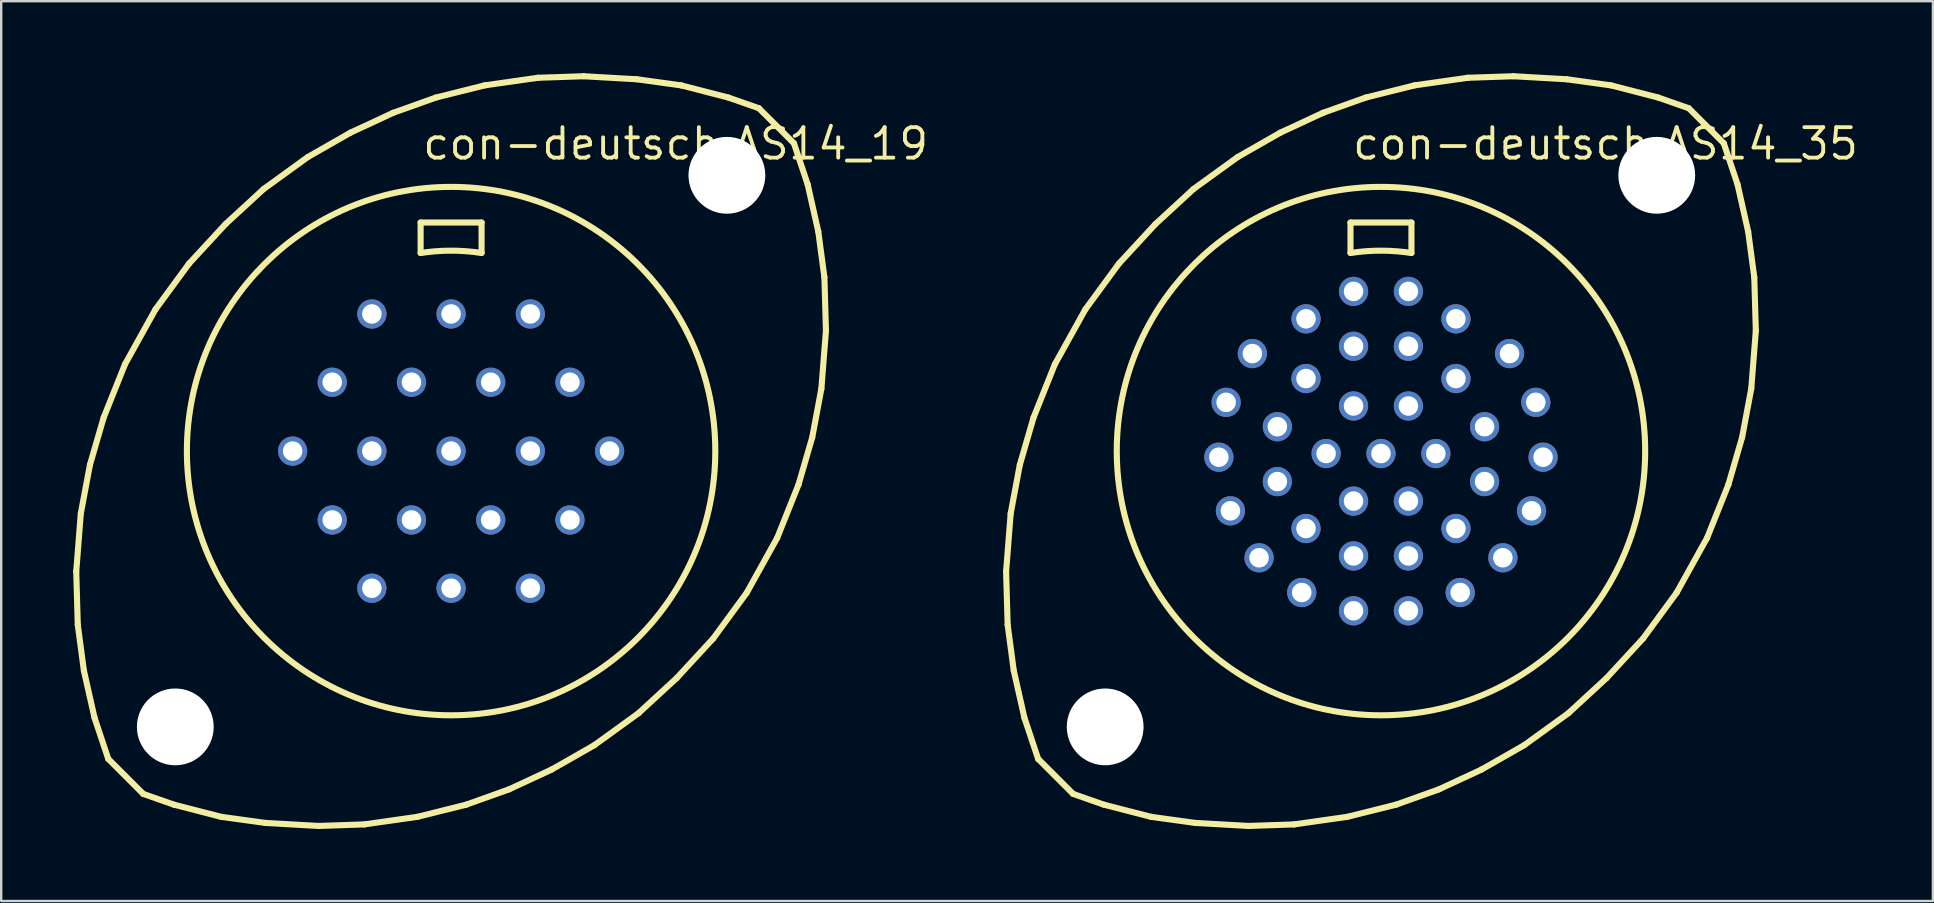
<source format=kicad_pcb>
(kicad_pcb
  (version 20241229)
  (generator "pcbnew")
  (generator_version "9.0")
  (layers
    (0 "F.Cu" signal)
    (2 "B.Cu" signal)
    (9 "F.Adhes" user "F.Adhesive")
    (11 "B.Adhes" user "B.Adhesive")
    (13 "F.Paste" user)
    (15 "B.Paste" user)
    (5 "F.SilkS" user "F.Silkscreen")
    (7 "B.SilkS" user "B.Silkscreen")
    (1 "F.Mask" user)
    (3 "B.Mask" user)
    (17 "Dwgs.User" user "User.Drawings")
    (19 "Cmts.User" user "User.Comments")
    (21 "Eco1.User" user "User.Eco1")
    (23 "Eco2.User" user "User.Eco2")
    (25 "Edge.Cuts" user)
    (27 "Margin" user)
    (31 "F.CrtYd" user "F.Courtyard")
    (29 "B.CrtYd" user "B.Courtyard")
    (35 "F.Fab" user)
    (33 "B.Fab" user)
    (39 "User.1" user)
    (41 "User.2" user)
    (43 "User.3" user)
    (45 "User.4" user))
  (footprint "con-deutsch.AS14_35"
    (layer "F.Cu")
    (at 54.498 15.748)
    (property "Reference" "con-deutsch.AS14_35" (at -1.27 -12.065 0) (layer "F.SilkS") (effects (font (size 1.27 1.27) (thickness 0.16)) (justify left bottom)))
    (attr through_hole)
    (fp_line (start -15.621 5.016) (end -15.431 2.603) (stroke (width 0.254) (type default)) (layer "F.SilkS"))
    (fp_line (start -15.557 7.239) (end -15.621 5.016) (stroke (width 0.254) (type default)) (layer "F.SilkS"))
    (fp_line (start -15.431 2.603) (end -15.05 0.572) (stroke (width 0.254) (type default)) (layer "F.SilkS"))
    (fp_line (start -15.303 9.144) (end -15.557 7.239) (stroke (width 0.254) (type default)) (layer "F.SilkS"))
    (fp_line (start -15.05 0.572) (end -14.478 -1.397) (stroke (width 0.254) (type default)) (layer "F.SilkS"))
    (fp_line (start -14.859 11.113) (end -15.303 9.144) (stroke (width 0.254) (type default)) (layer "F.SilkS"))
    (fp_line (start -14.478 -1.397) (end -13.589 -3.619) (stroke (width 0.254) (type default)) (layer "F.SilkS"))
    (fp_line (start -14.287 12.827) (end -14.859 11.113) (stroke (width 0.254) (type default)) (layer "F.SilkS"))
    (fp_line (start -14.287 12.827) (end -12.827 14.287) (stroke (width 0.254) (type default)) (layer "F.SilkS"))
    (fp_line (start -13.589 -3.619) (end -12.319 -5.905) (stroke (width 0.254) (type default)) (layer "F.SilkS"))
    (fp_line (start -12.319 -5.905) (end -10.922 -7.811) (stroke (width 0.254) (type default)) (layer "F.SilkS"))
    (fp_line (start -11.557 14.732) (end -12.827 14.287) (stroke (width 0.254) (type default)) (layer "F.SilkS"))
    (fp_line (start -10.922 -7.811) (end -9.398 -9.461) (stroke (width 0.254) (type default)) (layer "F.SilkS"))
    (fp_line (start -9.588 15.24) (end -11.557 14.732) (stroke (width 0.254) (type default)) (layer "F.SilkS"))
    (fp_line (start -9.398 -9.461) (end -7.811 -10.922) (stroke (width 0.254) (type default)) (layer "F.SilkS"))
    (fp_line (start -7.811 -10.922) (end -5.969 -12.255) (stroke (width 0.254) (type default)) (layer "F.SilkS"))
    (fp_line (start -7.747 15.494) (end -9.588 15.24) (stroke (width 0.254) (type default)) (layer "F.SilkS"))
    (fp_line (start -5.969 -12.255) (end -4.191 -13.271) (stroke (width 0.254) (type default)) (layer "F.SilkS"))
    (fp_line (start -5.524 15.621) (end -7.747 15.494) (stroke (width 0.254) (type default)) (layer "F.SilkS"))
    (fp_line (start -4.191 -13.271) (end -2.413 -14.097) (stroke (width 0.254) (type default)) (layer "F.SilkS"))
    (fp_line (start -3.619 15.557) (end -5.524 15.621) (stroke (width 0.254) (type default)) (layer "F.SilkS"))
    (fp_line (start -2.413 -14.097) (end -0.635 -14.732) (stroke (width 0.254) (type default)) (layer "F.SilkS"))
    (fp_line (start -1.397 15.24) (end -3.619 15.557) (stroke (width 0.254) (type default)) (layer "F.SilkS"))
    (fp_line (start -1.27 -9.525) (end 1.27 -9.525) (stroke (width 0.254) (type default)) (layer "F.SilkS"))
    (fp_line (start -1.27 -8.255) (end -1.27 -9.525) (stroke (width 0.254) (type default)) (layer "F.SilkS"))
    (fp_line (start -0.635 -14.732) (end 1.397 -15.24) (stroke (width 0.254) (type default)) (layer "F.SilkS"))
    (fp_line (start 0.635 14.732) (end -1.397 15.24) (stroke (width 0.254) (type default)) (layer "F.SilkS"))
    (fp_line (start 1.27 -9.525) (end 1.27 -8.255) (stroke (width 0.254) (type default)) (layer "F.SilkS"))
    (fp_line (start 1.397 -15.24) (end 3.619 -15.557) (stroke (width 0.254) (type default)) (layer "F.SilkS"))
    (fp_line (start 2.413 14.097) (end 0.635 14.732) (stroke (width 0.254) (type default)) (layer "F.SilkS"))
    (fp_line (start 3.619 -15.557) (end 5.524 -15.621) (stroke (width 0.254) (type default)) (layer "F.SilkS"))
    (fp_line (start 4.191 13.271) (end 2.413 14.097) (stroke (width 0.254) (type default)) (layer "F.SilkS"))
    (fp_line (start 5.524 -15.621) (end 7.747 -15.494) (stroke (width 0.254) (type default)) (layer "F.SilkS"))
    (fp_line (start 5.969 12.255) (end 4.191 13.271) (stroke (width 0.254) (type default)) (layer "F.SilkS"))
    (fp_line (start 7.747 -15.494) (end 9.588 -15.24) (stroke (width 0.254) (type default)) (layer "F.SilkS"))
    (fp_line (start 7.811 10.922) (end 5.969 12.255) (stroke (width 0.254) (type default)) (layer "F.SilkS"))
    (fp_line (start 9.398 9.461) (end 7.811 10.922) (stroke (width 0.254) (type default)) (layer "F.SilkS"))
    (fp_line (start 9.588 -15.24) (end 11.557 -14.732) (stroke (width 0.254) (type default)) (layer "F.SilkS"))
    (fp_line (start 10.922 7.811) (end 9.398 9.461) (stroke (width 0.254) (type default)) (layer "F.SilkS"))
    (fp_line (start 11.557 -14.732) (end 12.827 -14.287) (stroke (width 0.254) (type default)) (layer "F.SilkS"))
    (fp_line (start 12.319 5.905) (end 10.922 7.811) (stroke (width 0.254) (type default)) (layer "F.SilkS"))
    (fp_line (start 12.827 -14.287) (end 14.287 -12.827) (stroke (width 0.254) (type default)) (layer "F.SilkS"))
    (fp_line (start 13.589 3.619) (end 12.319 5.905) (stroke (width 0.254) (type default)) (layer "F.SilkS"))
    (fp_line (start 14.287 -12.827) (end 14.859 -11.113) (stroke (width 0.254) (type default)) (layer "F.SilkS"))
    (fp_line (start 14.478 1.397) (end 13.589 3.619) (stroke (width 0.254) (type default)) (layer "F.SilkS"))
    (fp_line (start 14.859 -11.113) (end 15.303 -9.144) (stroke (width 0.254) (type default)) (layer "F.SilkS"))
    (fp_line (start 15.05 -0.572) (end 14.478 1.397) (stroke (width 0.254) (type default)) (layer "F.SilkS"))
    (fp_line (start 15.303 -9.144) (end 15.557 -7.239) (stroke (width 0.254) (type default)) (layer "F.SilkS"))
    (fp_line (start 15.431 -2.603) (end 15.05 -0.572) (stroke (width 0.254) (type default)) (layer "F.SilkS"))
    (fp_line (start 15.557 -7.239) (end 15.621 -5.016) (stroke (width 0.254) (type default)) (layer "F.SilkS"))
    (fp_line (start 15.621 -5.016) (end 15.431 -2.603) (stroke (width 0.254) (type default)) (layer "F.SilkS"))
    (fp_arc (start -1.27 -8.255) (mid 0 -8.352121) (end 1.27 -8.255) (stroke (width 0.254) (type default)) (layer "F.SilkS"))
    (fp_circle (center 0 0) (end 11.01 0) (stroke (width 0.254) (type default)) (fill no) (layer "F.SilkS"))
    (pad "" np_thru_hole circle (at -11.493 11.493) (size 3.2 3.2) (drill 3.2) (layers "*.Cu" "*.Mask"))
    (pad "" np_thru_hole circle (at 11.493 -11.493) (size 3.2 3.2) (drill 3.2) (layers "*.Cu" "*.Mask"))
    (pad "1" thru_hole circle (at 1.143 -6.655) (size 1.219 1.219) (drill 0.813) (layers "*.Cu" "*.Mask"))
    (pad "2" thru_hole circle (at 3.124 -5.512) (size 1.219 1.219) (drill 0.813) (layers "*.Cu" "*.Mask"))
    (pad "3" thru_hole circle (at 5.359 -4.064) (size 1.219 1.219) (drill 0.813) (layers "*.Cu" "*.Mask"))
    (pad "4" thru_hole circle (at 6.452 -2.032) (size 1.219 1.219) (drill 0.813) (layers "*.Cu" "*.Mask"))
    (pad "5" thru_hole circle (at 6.756 0.254) (size 1.219 1.219) (drill 0.813) (layers "*.Cu" "*.Mask"))
    (pad "6" thru_hole circle (at 6.274 2.489) (size 1.219 1.219) (drill 0.813) (layers "*.Cu" "*.Mask"))
    (pad "7" thru_hole circle (at 5.08 4.445) (size 1.219 1.219) (drill 0.813) (layers "*.Cu" "*.Mask"))
    (pad "8" thru_hole circle (at 3.302 5.893) (size 1.219 1.219) (drill 0.813) (layers "*.Cu" "*.Mask"))
    (pad "9" thru_hole circle (at 1.143 6.655) (size 1.219 1.219) (drill 0.813) (layers "*.Cu" "*.Mask"))
    (pad "10" thru_hole circle (at -1.143 6.655) (size 1.219 1.219) (drill 0.813) (layers "*.Cu" "*.Mask"))
    (pad "11" thru_hole circle (at -3.302 5.893) (size 1.219 1.219) (drill 0.813) (layers "*.Cu" "*.Mask"))
    (pad "12" thru_hole circle (at -5.08 4.445) (size 1.219 1.219) (drill 0.813) (layers "*.Cu" "*.Mask"))
    (pad "13" thru_hole circle (at -6.274 2.489) (size 1.219 1.219) (drill 0.813) (layers "*.Cu" "*.Mask"))
    (pad "14" thru_hole circle (at -6.756 0.254) (size 1.219 1.219) (drill 0.813) (layers "*.Cu" "*.Mask"))
    (pad "15" thru_hole circle (at -6.452 -2.032) (size 1.219 1.219) (drill 0.813) (layers "*.Cu" "*.Mask"))
    (pad "16" thru_hole circle (at -5.359 -4.064) (size 1.219 1.219) (drill 0.813) (layers "*.Cu" "*.Mask"))
    (pad "17" thru_hole circle (at -3.124 -5.512) (size 1.219 1.219) (drill 0.813) (layers "*.Cu" "*.Mask"))
    (pad "18" thru_hole circle (at -1.143 -6.655) (size 1.219 1.219) (drill 0.813) (layers "*.Cu" "*.Mask"))
    (pad "19" thru_hole circle (at 1.143 -4.369) (size 1.219 1.219) (drill 0.813) (layers "*.Cu" "*.Mask"))
    (pad "20" thru_hole circle (at 3.124 -3.023) (size 1.219 1.219) (drill 0.813) (layers "*.Cu" "*.Mask"))
    (pad "21" thru_hole circle (at 4.318 -1.016) (size 1.219 1.219) (drill 0.813) (layers "*.Cu" "*.Mask"))
    (pad "22" thru_hole circle (at 4.318 1.27) (size 1.219 1.219) (drill 0.813) (layers "*.Cu" "*.Mask"))
    (pad "23" thru_hole circle (at 3.124 3.226) (size 1.219 1.219) (drill 0.813) (layers "*.Cu" "*.Mask"))
    (pad "24" thru_hole circle (at 1.143 4.369) (size 1.219 1.219) (drill 0.813) (layers "*.Cu" "*.Mask"))
    (pad "25" thru_hole circle (at -1.143 4.369) (size 1.219 1.219) (drill 0.813) (layers "*.Cu" "*.Mask"))
    (pad "26" thru_hole circle (at -3.124 3.226) (size 1.219 1.219) (drill 0.813) (layers "*.Cu" "*.Mask"))
    (pad "27" thru_hole circle (at -4.318 1.27) (size 1.219 1.219) (drill 0.813) (layers "*.Cu" "*.Mask"))
    (pad "28" thru_hole circle (at -4.318 -1.016) (size 1.219 1.219) (drill 0.813) (layers "*.Cu" "*.Mask"))
    (pad "29" thru_hole circle (at -3.124 -3.023) (size 1.219 1.219) (drill 0.813) (layers "*.Cu" "*.Mask"))
    (pad "30" thru_hole circle (at -1.143 -4.369) (size 1.219 1.219) (drill 0.813) (layers "*.Cu" "*.Mask"))
    (pad "31" thru_hole circle (at 1.143 -1.88) (size 1.219 1.219) (drill 0.813) (layers "*.Cu" "*.Mask"))
    (pad "32" thru_hole circle (at 2.286 0.102) (size 1.219 1.219) (drill 0.813) (layers "*.Cu" "*.Mask"))
    (pad "33" thru_hole circle (at 1.143 2.083) (size 1.219 1.219) (drill 0.813) (layers "*.Cu" "*.Mask"))
    (pad "34" thru_hole circle (at -1.143 2.083) (size 1.219 1.219) (drill 0.813) (layers "*.Cu" "*.Mask"))
    (pad "35" thru_hole circle (at -2.286 0.102) (size 1.219 1.219) (drill 0.813) (layers "*.Cu" "*.Mask"))
    (pad "36" thru_hole circle (at -1.143 -1.88) (size 1.219 1.219) (drill 0.813) (layers "*.Cu" "*.Mask"))
    (pad "37" thru_hole circle (at 0 0.102) (size 1.219 1.219) (drill 0.813) (layers "*.Cu" "*.Mask")))
  (footprint "con-deutsch.AS14_19"
    (layer "F.Cu")
    (at 15.748 15.748)
    (property "Reference" "con-deutsch.AS14_19" (at -1.27 -12.065 0) (layer "F.SilkS") (effects (font (size 1.27 1.27) (thickness 0.16)) (justify left bottom)))
    (attr through_hole)
    (fp_line (start -15.621 5.016) (end -15.431 2.603) (stroke (width 0.254) (type default)) (layer "F.SilkS"))
    (fp_line (start -15.557 7.239) (end -15.621 5.016) (stroke (width 0.254) (type default)) (layer "F.SilkS"))
    (fp_line (start -15.431 2.603) (end -15.05 0.572) (stroke (width 0.254) (type default)) (layer "F.SilkS"))
    (fp_line (start -15.303 9.144) (end -15.557 7.239) (stroke (width 0.254) (type default)) (layer "F.SilkS"))
    (fp_line (start -15.05 0.572) (end -14.478 -1.397) (stroke (width 0.254) (type default)) (layer "F.SilkS"))
    (fp_line (start -14.859 11.113) (end -15.303 9.144) (stroke (width 0.254) (type default)) (layer "F.SilkS"))
    (fp_line (start -14.478 -1.397) (end -13.589 -3.619) (stroke (width 0.254) (type default)) (layer "F.SilkS"))
    (fp_line (start -14.287 12.827) (end -14.859 11.113) (stroke (width 0.254) (type default)) (layer "F.SilkS"))
    (fp_line (start -14.287 12.827) (end -12.827 14.287) (stroke (width 0.254) (type default)) (layer "F.SilkS"))
    (fp_line (start -13.589 -3.619) (end -12.319 -5.905) (stroke (width 0.254) (type default)) (layer "F.SilkS"))
    (fp_line (start -12.319 -5.905) (end -10.922 -7.811) (stroke (width 0.254) (type default)) (layer "F.SilkS"))
    (fp_line (start -11.557 14.732) (end -12.827 14.287) (stroke (width 0.254) (type default)) (layer "F.SilkS"))
    (fp_line (start -10.922 -7.811) (end -9.398 -9.461) (stroke (width 0.254) (type default)) (layer "F.SilkS"))
    (fp_line (start -9.588 15.24) (end -11.557 14.732) (stroke (width 0.254) (type default)) (layer "F.SilkS"))
    (fp_line (start -9.398 -9.461) (end -7.811 -10.922) (stroke (width 0.254) (type default)) (layer "F.SilkS"))
    (fp_line (start -7.811 -10.922) (end -5.969 -12.255) (stroke (width 0.254) (type default)) (layer "F.SilkS"))
    (fp_line (start -7.747 15.494) (end -9.588 15.24) (stroke (width 0.254) (type default)) (layer "F.SilkS"))
    (fp_line (start -5.969 -12.255) (end -4.191 -13.271) (stroke (width 0.254) (type default)) (layer "F.SilkS"))
    (fp_line (start -5.524 15.621) (end -7.747 15.494) (stroke (width 0.254) (type default)) (layer "F.SilkS"))
    (fp_line (start -4.191 -13.271) (end -2.413 -14.097) (stroke (width 0.254) (type default)) (layer "F.SilkS"))
    (fp_line (start -3.619 15.557) (end -5.524 15.621) (stroke (width 0.254) (type default)) (layer "F.SilkS"))
    (fp_line (start -2.413 -14.097) (end -0.635 -14.732) (stroke (width 0.254) (type default)) (layer "F.SilkS"))
    (fp_line (start -1.397 15.24) (end -3.619 15.557) (stroke (width 0.254) (type default)) (layer "F.SilkS"))
    (fp_line (start -1.27 -9.525) (end 1.27 -9.525) (stroke (width 0.254) (type default)) (layer "F.SilkS"))
    (fp_line (start -1.27 -8.255) (end -1.27 -9.525) (stroke (width 0.254) (type default)) (layer "F.SilkS"))
    (fp_line (start -0.635 -14.732) (end 1.397 -15.24) (stroke (width 0.254) (type default)) (layer "F.SilkS"))
    (fp_line (start 0.635 14.732) (end -1.397 15.24) (stroke (width 0.254) (type default)) (layer "F.SilkS"))
    (fp_line (start 1.27 -9.525) (end 1.27 -8.255) (stroke (width 0.254) (type default)) (layer "F.SilkS"))
    (fp_line (start 1.397 -15.24) (end 3.619 -15.557) (stroke (width 0.254) (type default)) (layer "F.SilkS"))
    (fp_line (start 2.413 14.097) (end 0.635 14.732) (stroke (width 0.254) (type default)) (layer "F.SilkS"))
    (fp_line (start 3.619 -15.557) (end 5.524 -15.621) (stroke (width 0.254) (type default)) (layer "F.SilkS"))
    (fp_line (start 4.191 13.271) (end 2.413 14.097) (stroke (width 0.254) (type default)) (layer "F.SilkS"))
    (fp_line (start 5.524 -15.621) (end 7.747 -15.494) (stroke (width 0.254) (type default)) (layer "F.SilkS"))
    (fp_line (start 5.969 12.255) (end 4.191 13.271) (stroke (width 0.254) (type default)) (layer "F.SilkS"))
    (fp_line (start 7.747 -15.494) (end 9.588 -15.24) (stroke (width 0.254) (type default)) (layer "F.SilkS"))
    (fp_line (start 7.811 10.922) (end 5.969 12.255) (stroke (width 0.254) (type default)) (layer "F.SilkS"))
    (fp_line (start 9.398 9.461) (end 7.811 10.922) (stroke (width 0.254) (type default)) (layer "F.SilkS"))
    (fp_line (start 9.588 -15.24) (end 11.557 -14.732) (stroke (width 0.254) (type default)) (layer "F.SilkS"))
    (fp_line (start 10.922 7.811) (end 9.398 9.461) (stroke (width 0.254) (type default)) (layer "F.SilkS"))
    (fp_line (start 11.557 -14.732) (end 12.827 -14.287) (stroke (width 0.254) (type default)) (layer "F.SilkS"))
    (fp_line (start 12.319 5.905) (end 10.922 7.811) (stroke (width 0.254) (type default)) (layer "F.SilkS"))
    (fp_line (start 12.827 -14.287) (end 14.287 -12.827) (stroke (width 0.254) (type default)) (layer "F.SilkS"))
    (fp_line (start 13.589 3.619) (end 12.319 5.905) (stroke (width 0.254) (type default)) (layer "F.SilkS"))
    (fp_line (start 14.287 -12.827) (end 14.859 -11.113) (stroke (width 0.254) (type default)) (layer "F.SilkS"))
    (fp_line (start 14.478 1.397) (end 13.589 3.619) (stroke (width 0.254) (type default)) (layer "F.SilkS"))
    (fp_line (start 14.859 -11.113) (end 15.303 -9.144) (stroke (width 0.254) (type default)) (layer "F.SilkS"))
    (fp_line (start 15.05 -0.572) (end 14.478 1.397) (stroke (width 0.254) (type default)) (layer "F.SilkS"))
    (fp_line (start 15.303 -9.144) (end 15.557 -7.239) (stroke (width 0.254) (type default)) (layer "F.SilkS"))
    (fp_line (start 15.431 -2.603) (end 15.05 -0.572) (stroke (width 0.254) (type default)) (layer "F.SilkS"))
    (fp_line (start 15.557 -7.239) (end 15.621 -5.016) (stroke (width 0.254) (type default)) (layer "F.SilkS"))
    (fp_line (start 15.621 -5.016) (end 15.431 -2.603) (stroke (width 0.254) (type default)) (layer "F.SilkS"))
    (fp_arc (start -1.27 -8.255) (mid 0 -8.352121) (end 1.27 -8.255) (stroke (width 0.254) (type default)) (layer "F.SilkS"))
    (fp_circle (center 0 0) (end 11.01 0) (stroke (width 0.254) (type default)) (fill no) (layer "F.SilkS"))
    (pad "" np_thru_hole circle (at -11.493 11.493) (size 3.2 3.2) (drill 3.2) (layers "*.Cu" "*.Mask"))
    (pad "" np_thru_hole circle (at 11.493 -11.493) (size 3.2 3.2) (drill 3.2) (layers "*.Cu" "*.Mask"))
    (pad "A" thru_hole circle (at 0 -5.715) (size 1.219 1.219) (drill 0.813) (layers "*.Cu" "*.Mask"))
    (pad "B" thru_hole circle (at 3.302 -5.715) (size 1.219 1.219) (drill 0.813) (layers "*.Cu" "*.Mask"))
    (pad "C" thru_hole circle (at 4.953 -2.87) (size 1.219 1.219) (drill 0.813) (layers "*.Cu" "*.Mask"))
    (pad "D" thru_hole circle (at 6.604 0) (size 1.219 1.219) (drill 0.813) (layers "*.Cu" "*.Mask"))
    (pad "E" thru_hole circle (at 4.953 2.87) (size 1.219 1.219) (drill 0.813) (layers "*.Cu" "*.Mask"))
    (pad "F" thru_hole circle (at 3.302 5.715) (size 1.219 1.219) (drill 0.813) (layers "*.Cu" "*.Mask"))
    (pad "G" thru_hole circle (at 0 5.715) (size 1.219 1.219) (drill 0.813) (layers "*.Cu" "*.Mask"))
    (pad "H" thru_hole circle (at -3.302 5.715) (size 1.219 1.219) (drill 0.813) (layers "*.Cu" "*.Mask"))
    (pad "J" thru_hole circle (at -4.953 2.87) (size 1.219 1.219) (drill 0.813) (layers "*.Cu" "*.Mask"))
    (pad "K" thru_hole circle (at -6.604 0) (size 1.219 1.219) (drill 0.813) (layers "*.Cu" "*.Mask"))
    (pad "L" thru_hole circle (at -4.953 -2.87) (size 1.219 1.219) (drill 0.813) (layers "*.Cu" "*.Mask"))
    (pad "M" thru_hole circle (at -3.302 -5.715) (size 1.219 1.219) (drill 0.813) (layers "*.Cu" "*.Mask"))
    (pad "N" thru_hole circle (at -1.651 -2.87) (size 1.219 1.219) (drill 0.813) (layers "*.Cu" "*.Mask"))
    (pad "P" thru_hole circle (at 1.651 -2.87) (size 1.219 1.219) (drill 0.813) (layers "*.Cu" "*.Mask"))
    (pad "R" thru_hole circle (at 3.302 0) (size 1.219 1.219) (drill 0.813) (layers "*.Cu" "*.Mask"))
    (pad "S" thru_hole circle (at 1.651 2.87) (size 1.219 1.219) (drill 0.813) (layers "*.Cu" "*.Mask"))
    (pad "T" thru_hole circle (at -1.651 2.87) (size 1.219 1.219) (drill 0.813) (layers "*.Cu" "*.Mask"))
    (pad "U" thru_hole circle (at -3.302 0) (size 1.219 1.219) (drill 0.813) (layers "*.Cu" "*.Mask"))
    (pad "Y" thru_hole circle (at 0 0) (size 1.219 1.219) (drill 0.813) (layers "*.Cu" "*.Mask")))
  (gr_rect
    (start -3 -3)
    (end 77.499 34.496)
    (stroke (width 0.1) (type default))
    (fill no)
    (layer "Edge.Cuts")))
</source>
